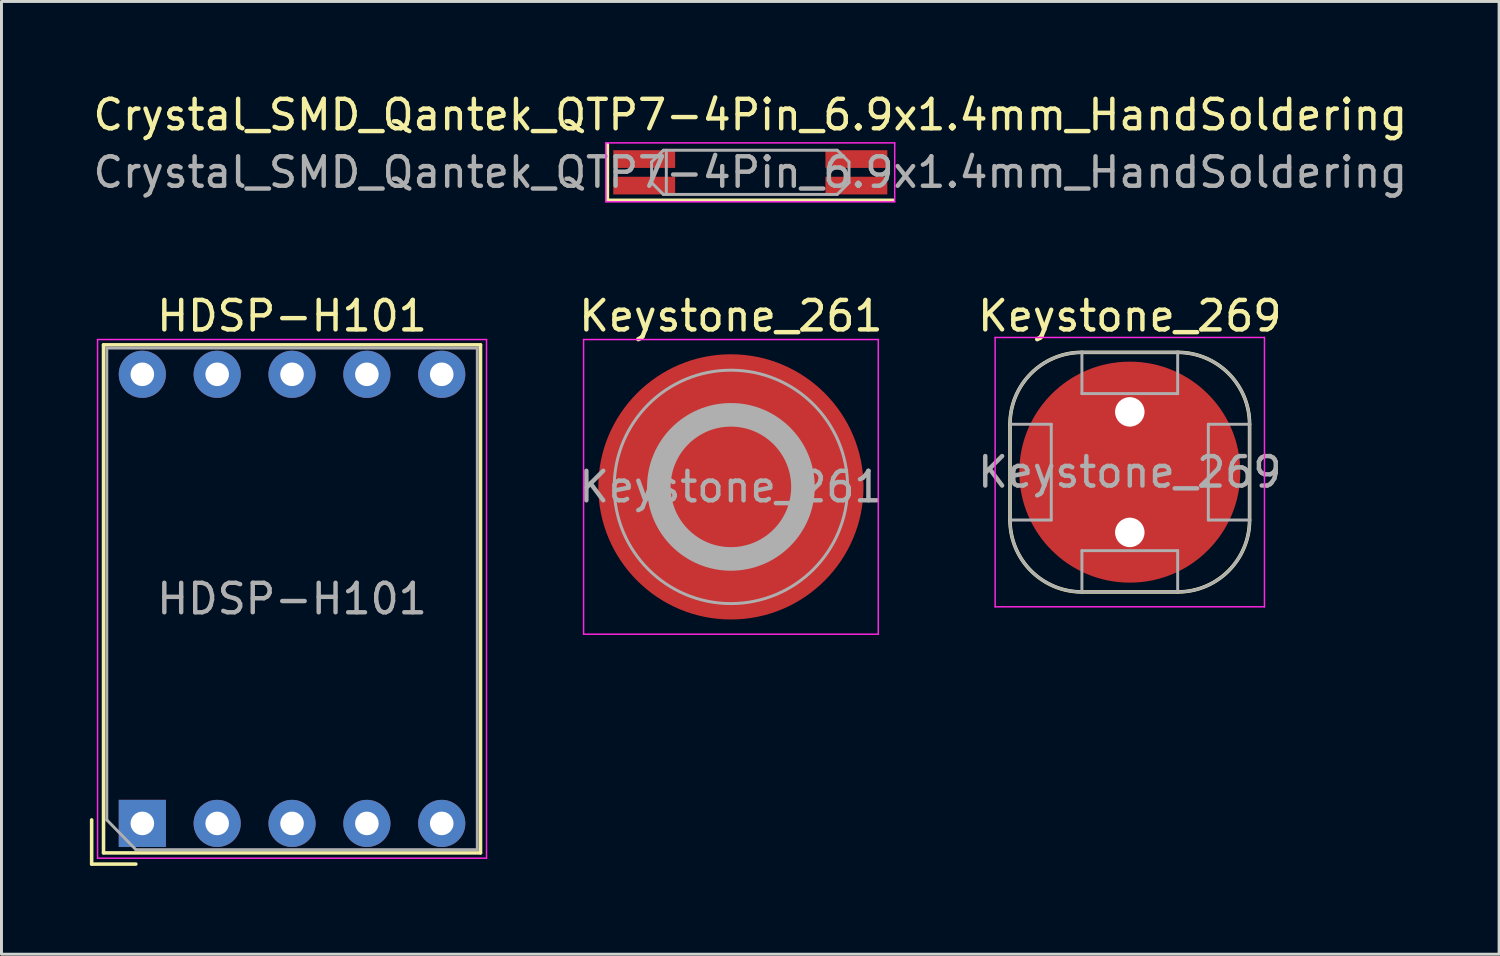
<source format=kicad_pcb>
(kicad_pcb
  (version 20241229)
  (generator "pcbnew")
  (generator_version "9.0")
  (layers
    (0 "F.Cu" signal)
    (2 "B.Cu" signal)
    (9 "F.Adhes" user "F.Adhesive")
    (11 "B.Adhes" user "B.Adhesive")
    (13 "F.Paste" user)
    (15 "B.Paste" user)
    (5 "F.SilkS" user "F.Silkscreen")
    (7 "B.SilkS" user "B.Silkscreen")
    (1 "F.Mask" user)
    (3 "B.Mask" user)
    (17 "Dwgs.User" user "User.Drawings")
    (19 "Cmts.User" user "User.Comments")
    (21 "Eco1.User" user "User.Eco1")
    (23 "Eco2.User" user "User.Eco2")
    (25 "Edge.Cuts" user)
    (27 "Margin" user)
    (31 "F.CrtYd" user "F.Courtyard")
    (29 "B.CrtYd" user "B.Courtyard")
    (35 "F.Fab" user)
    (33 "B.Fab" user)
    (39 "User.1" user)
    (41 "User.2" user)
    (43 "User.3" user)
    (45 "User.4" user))
  (footprint "Keystone_261"
    (layer "F.Cu")
    (at 21.753 13.472)
    (property "Reference" "Keystone_261" (at 0 -5.8 0) (layer "F.SilkS") (effects (font (size 1 1) (thickness 0.15))))
    (attr smd)
    (fp_line (start -5 -5) (end 5 -5) (stroke (width 0.05) (type solid)) (layer "F.CrtYd"))
    (fp_line (start -5 5) (end -5 -5) (stroke (width 0.05) (type solid)) (layer "F.CrtYd"))
    (fp_line (start 5 -5) (end 5 5) (stroke (width 0.05) (type solid)) (layer "F.CrtYd"))
    (fp_line (start 5 5) (end -5 5) (stroke (width 0.05) (type solid)) (layer "F.CrtYd"))
    (fp_circle (center 0 0) (end 2.445 0) (stroke (width 0.8) (type solid)) (fill no) (layer "F.Fab"))
    (fp_circle (center 0 0) (end 3.96 0) (stroke (width 0.1) (type solid)) (fill no) (layer "F.Fab"))
    (fp_text user "${REFERENCE}" (at 0 0 0) (layer "F.Fab") (effects (font (size 1 1) (thickness 0.15))))
    (pad "1" smd circle (at 0 0) (size 9 9) (layers "F.Cu" "F.Mask" "F.Paste")))
  (footprint "HDSP-H101"
    (layer "F.Cu")
    (at 1.78 24.892)
    (property "Reference" "HDSP-H101" (at 5.08 -17.22 0) (layer "F.SilkS") (effects (font (size 1 1) (thickness 0.15))))
    (attr through_hole)
    (fp_line (start -1.72 1.38) (end -1.72 -0.12) (stroke (width 0.12) (type solid)) (layer "F.SilkS"))
    (fp_line (start -1.317 -16.24) (end 11.476 -16.24) (stroke (width 0.12) (type solid)) (layer "F.SilkS"))
    (fp_line (start -1.317 1) (end -1.317 -16.24) (stroke (width 0.12) (type solid)) (layer "F.SilkS"))
    (fp_line (start -0.22 1.38) (end -1.72 1.38) (stroke (width 0.12) (type solid)) (layer "F.SilkS"))
    (fp_line (start 11.476 -16.24) (end 11.476 1) (stroke (width 0.12) (type solid)) (layer "F.SilkS"))
    (fp_line (start 11.476 1) (end -1.317 1) (stroke (width 0.12) (type solid)) (layer "F.SilkS"))
    (fp_line (start -1.52 -16.42) (end -1.52 1.18) (stroke (width 0.05) (type solid)) (layer "F.CrtYd"))
    (fp_line (start -1.52 1.18) (end 11.68 1.18) (stroke (width 0.05) (type solid)) (layer "F.CrtYd"))
    (fp_line (start 11.68 -16.42) (end -1.52 -16.42) (stroke (width 0.05) (type solid)) (layer "F.CrtYd"))
    (fp_line (start 11.68 1.18) (end 11.68 -16.42) (stroke (width 0.05) (type solid)) (layer "F.CrtYd"))
    (fp_line (start -1.206 -16.13) (end 11.367 -16.13) (stroke (width 0.1) (type solid)) (layer "F.Fab"))
    (fp_line (start -1.206 -0.12) (end -1.206 -16.13) (stroke (width 0.1) (type solid)) (layer "F.Fab"))
    (fp_line (start -0.22 0.89) (end -1.206 -0.12) (stroke (width 0.1) (type solid)) (layer "F.Fab"))
    (fp_line (start -0.22 0.89) (end 11.367 0.89) (stroke (width 0.1) (type solid)) (layer "F.Fab"))
    (fp_line (start 11.367 -16.13) (end 11.367 0.89) (stroke (width 0.1) (type solid)) (layer "F.Fab"))
    (fp_text user "${REFERENCE}" (at 5.08 -7.62 0) (layer "F.Fab") (effects (font (size 1 1) (thickness 0.15))))
    (pad "1" thru_hole rect (at 0 0) (size 1.6 1.6) (drill 0.8) (layers "*.Cu" "*.Mask"))
    (pad "2" thru_hole circle (at 2.54 0) (size 1.6 1.6) (drill 0.8) (layers "*.Cu" "*.Mask"))
    (pad "3" thru_hole circle (at 5.08 0) (size 1.6 1.6) (drill 0.8) (layers "*.Cu" "*.Mask"))
    (pad "4" thru_hole circle (at 7.62 0) (size 1.6 1.6) (drill 0.8) (layers "*.Cu" "*.Mask"))
    (pad "5" thru_hole circle (at 10.16 0) (size 1.6 1.6) (drill 0.8) (layers "*.Cu" "*.Mask"))
    (pad "6" thru_hole circle (at 10.16 -15.24) (size 1.6 1.6) (drill 0.8) (layers "*.Cu" "*.Mask"))
    (pad "7" thru_hole circle (at 7.62 -15.24) (size 1.6 1.6) (drill 0.8) (layers "*.Cu" "*.Mask"))
    (pad "8" thru_hole circle (at 5.08 -15.24) (size 1.6 1.6) (drill 0.8) (layers "*.Cu" "*.Mask"))
    (pad "9" thru_hole circle (at 2.54 -15.24) (size 1.6 1.6) (drill 0.8) (layers "*.Cu" "*.Mask"))
    (pad "10" thru_hole circle (at 0 -15.24) (size 1.6 1.6) (drill 0.8) (layers "*.Cu" "*.Mask")))
  (footprint "Keystone_269"
    (layer "F.Cu")
    (at 35.289 12.972)
    (property "Reference" "Keystone_269" (at 0 -5.3 0) (layer "F.SilkS") (effects (font (size 1 1) (thickness 0.15))))
    (attr smd)
    (fp_line (start -4.065 -1.625) (end -4.065 1.625) (stroke (width 0.12) (type solid)) (layer "F.SilkS"))
    (fp_line (start -1.625 -4.065) (end 1.625 -4.065) (stroke (width 0.12) (type solid)) (layer "F.SilkS"))
    (fp_line (start -1.625 4.065) (end 1.625 4.065) (stroke (width 0.12) (type solid)) (layer "F.SilkS"))
    (fp_line (start 4.065 -1.625) (end 4.065 1.625) (stroke (width 0.12) (type solid)) (layer "F.SilkS"))
    (fp_arc (start -4.065 -1.625) (mid -3.350341 -3.350341) (end -1.625 -4.065) (stroke (width 0.12) (type solid)) (layer "F.SilkS"))
    (fp_arc (start -1.625 4.065) (mid -3.350341 3.350341) (end -4.065 1.625) (stroke (width 0.12) (type solid)) (layer "F.SilkS"))
    (fp_arc (start 1.625 -4.065) (mid 3.350341 -3.350341) (end 4.065 -1.625) (stroke (width 0.12) (type solid)) (layer "F.SilkS"))
    (fp_arc (start 4.065 1.625) (mid 3.350341 3.350341) (end 1.625 4.065) (stroke (width 0.12) (type solid)) (layer "F.SilkS"))
    (fp_line (start -4.57 -4.57) (end 4.57 -4.57) (stroke (width 0.05) (type solid)) (layer "F.CrtYd"))
    (fp_line (start -4.57 4.57) (end -4.57 -4.57) (stroke (width 0.05) (type solid)) (layer "F.CrtYd"))
    (fp_line (start 4.57 -4.57) (end 4.57 4.57) (stroke (width 0.05) (type solid)) (layer "F.CrtYd"))
    (fp_line (start 4.57 4.57) (end -4.57 4.57) (stroke (width 0.05) (type solid)) (layer "F.CrtYd"))
    (fp_line (start -4.065 -1.625) (end -4.065 1.625) (stroke (width 0.1) (type solid)) (layer "F.Fab"))
    (fp_line (start -2.665 -1.625) (end -4.065 -1.625) (stroke (width 0.1) (type solid)) (layer "F.Fab"))
    (fp_line (start -2.665 -1.625) (end -2.665 1.625) (stroke (width 0.1) (type solid)) (layer "F.Fab"))
    (fp_line (start -2.665 1.625) (end -4.065 1.625) (stroke (width 0.1) (type solid)) (layer "F.Fab"))
    (fp_line (start -1.625 -4.065) (end 1.625 -4.065) (stroke (width 0.1) (type solid)) (layer "F.Fab"))
    (fp_line (start -1.625 -2.665) (end -1.625 -4.065) (stroke (width 0.1) (type solid)) (layer "F.Fab"))
    (fp_line (start -1.625 -2.665) (end 1.625 -2.665) (stroke (width 0.1) (type solid)) (layer "F.Fab"))
    (fp_line (start -1.625 2.665) (end -1.625 4.065) (stroke (width 0.1) (type solid)) (layer "F.Fab"))
    (fp_line (start -1.625 2.665) (end 1.625 2.665) (stroke (width 0.1) (type solid)) (layer "F.Fab"))
    (fp_line (start -1.625 4.065) (end 1.625 4.065) (stroke (width 0.1) (type solid)) (layer "F.Fab"))
    (fp_line (start 1.625 -2.665) (end 1.625 -4.065) (stroke (width 0.1) (type solid)) (layer "F.Fab"))
    (fp_line (start 1.625 2.665) (end 1.625 4.065) (stroke (width 0.1) (type solid)) (layer "F.Fab"))
    (fp_line (start 2.665 -1.625) (end 2.665 1.625) (stroke (width 0.1) (type solid)) (layer "F.Fab"))
    (fp_line (start 2.665 -1.625) (end 4.065 -1.625) (stroke (width 0.1) (type solid)) (layer "F.Fab"))
    (fp_line (start 2.665 1.625) (end 4.065 1.625) (stroke (width 0.1) (type solid)) (layer "F.Fab"))
    (fp_line (start 4.065 -1.625) (end 4.065 1.625) (stroke (width 0.1) (type solid)) (layer "F.Fab"))
    (fp_arc (start -4.065 -1.625) (mid -3.350341 -3.350341) (end -1.625 -4.065) (stroke (width 0.1) (type solid)) (layer "F.Fab"))
    (fp_arc (start -1.625 4.065) (mid -3.350341 3.350341) (end -4.065 1.625) (stroke (width 0.1) (type solid)) (layer "F.Fab"))
    (fp_arc (start 1.625 -4.065) (mid 3.350341 -3.350341) (end 4.065 -1.625) (stroke (width 0.1) (type solid)) (layer "F.Fab"))
    (fp_arc (start 4.065 1.625) (mid 3.350341 3.350341) (end 1.625 4.065) (stroke (width 0.1) (type solid)) (layer "F.Fab"))
    (fp_text user "${REFERENCE}" (at 0 0 0) (layer "F.Fab") (effects (font (size 1 1) (thickness 0.15))))
    (pad "" np_thru_hole circle (at 0 -2.045) (size 1 1) (drill 1) (layers "*.Cu" "*.Mask"))
    (pad "" np_thru_hole circle (at 0 2.045) (size 1 1) (drill 1) (layers "*.Cu" "*.Mask"))
    (pad "1" smd circle (at 0 0) (size 7.5 7.5) (layers "F.Cu" "F.Mask" "F.Paste")))
  (footprint "Crystal_SMD_Qantek_QTP7-4Pin_6.9x1.4mm_HandSoldering"
    (layer "F.Cu")
    (at 22.411 2.798)
    (property "Reference" "Crystal_SMD_Qantek_QTP7-4Pin_6.9x1.4mm_HandSoldering" (at 0 -1.95 0) (layer "F.SilkS") (effects (font (size 1 1) (thickness 0.15))))
    (attr smd)
    (fp_line (start -4.85 -0.95) (end -4.85 0.95) (stroke (width 0.12) (type solid)) (layer "F.SilkS"))
    (fp_line (start -4.85 0.95) (end 4.85 0.95) (stroke (width 0.12) (type solid)) (layer "F.SilkS"))
    (fp_line (start -4.9 -1) (end -4.9 1) (stroke (width 0.05) (type solid)) (layer "F.CrtYd"))
    (fp_line (start -4.9 1) (end 4.9 1) (stroke (width 0.05) (type solid)) (layer "F.CrtYd"))
    (fp_line (start 4.9 -1) (end -4.9 -1) (stroke (width 0.05) (type solid)) (layer "F.CrtYd"))
    (fp_line (start 4.9 1) (end 4.9 -1) (stroke (width 0.05) (type solid)) (layer "F.CrtYd"))
    (fp_line (start -3.35 -0.35) (end -2.95 -0.75) (stroke (width 0.1) (type solid)) (layer "F.Fab"))
    (fp_line (start -3.35 0.35) (end -3.35 -0.35) (stroke (width 0.1) (type solid)) (layer "F.Fab"))
    (fp_line (start -2.95 -0.75) (end 2.95 -0.75) (stroke (width 0.1) (type solid)) (layer "F.Fab"))
    (fp_line (start -2.95 0.75) (end -3.35 0.35) (stroke (width 0.1) (type solid)) (layer "F.Fab"))
    (fp_line (start -2.85 -0.75) (end -2.85 0.75) (stroke (width 0.1) (type solid)) (layer "F.Fab"))
    (fp_line (start 2.95 -0.75) (end 3.35 -0.35) (stroke (width 0.1) (type solid)) (layer "F.Fab"))
    (fp_line (start 2.95 0.75) (end -2.95 0.75) (stroke (width 0.1) (type solid)) (layer "F.Fab"))
    (fp_line (start 3.35 -0.35) (end 3.35 0.35) (stroke (width 0.1) (type solid)) (layer "F.Fab"))
    (fp_line (start 3.35 0.35) (end 2.95 0.75) (stroke (width 0.1) (type solid)) (layer "F.Fab"))
    (fp_text user "${REFERENCE}" (at 0 0 0) (layer "F.Fab") (effects (font (size 1 1) (thickness 0.15))))
    (pad "1" smd rect (at -3.6 0.45) (size 2.1 0.6) (layers "F.Cu" "F.Mask" "F.Paste"))
    (pad "2" smd rect (at -3.6 -0.45) (size 2.1 0.6) (layers "F.Cu" "F.Mask" "F.Paste"))
    (pad "NC" smd rect (at 3.6 -0.45) (size 2.1 0.6) (layers "F.Cu" "F.Mask" "F.Paste"))
    (pad "NC" smd rect (at 3.6 0.45) (size 2.1 0.6) (layers "F.Cu" "F.Mask" "F.Paste")))
  (gr_rect
    (start -3 -3)
    (end 47.821 29.331)
    (stroke (width 0.1) (type default))
    (fill no)
    (layer "Edge.Cuts")))
</source>
